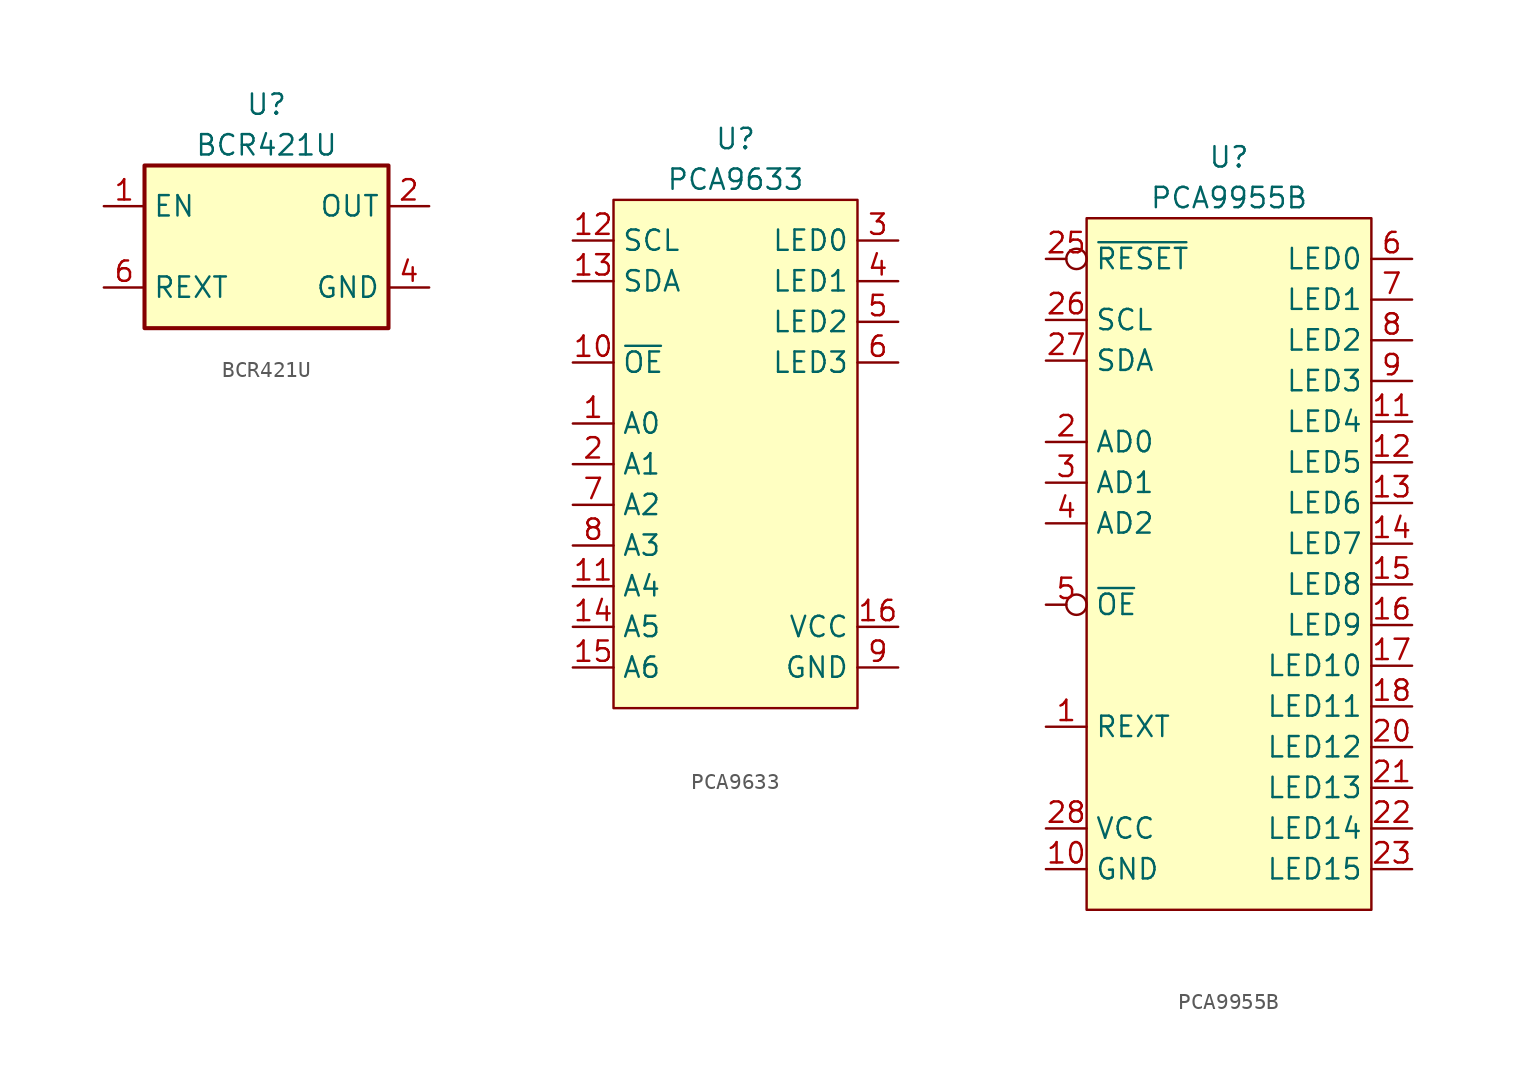
<source format=kicad_sym>
(kicad_symbol_lib
  (version 20220914)
  (generator kicad_symbol_editor)
  (symbol "BCR421U"
    (property "Reference" "U"
      (at 0 8.89 0)
      (effects (font (size 1.27 1.27))))
    (property "Value" "BCR421U"
      (at 0 6.35 0)
      (effects (font (size 1.27 1.27))))
    (symbol "BCR421U_0_1"
      (rectangle (start -7.62 5.08) (end 7.62 -5.08) (stroke (width 0.254) (type default)) (fill (type background))))
    (symbol "BCR421U_1_1"
      (pin input line (at -10.16 2.54 0) (length 2.54) (name "EN" (effects (font (size 1.27 1.27)))) (number "1" (effects (font (size 1.27 1.27)))))
      (pin output line (at 10.16 2.54 180) (length 2.54) (name "OUT" (effects (font (size 1.27 1.27)))) (number "2" (effects (font (size 1.27 1.27)))))
      (pin output line (at 10.16 2.54 180) (length 2.54) hide (name "OUT" (effects (font (size 1.27 1.27)))) (number "3" (effects (font (size 1.27 1.27)))))
      (pin power_in line (at 10.16 -2.54 180) (length 2.54) (name "GND" (effects (font (size 1.27 1.27)))) (number "4" (effects (font (size 1.27 1.27)))))
      (pin output line (at 10.16 2.54 180) (length 2.54) hide (name "OUT" (effects (font (size 1.27 1.27)))) (number "5" (effects (font (size 1.27 1.27)))))
      (pin passive line (at -10.16 -2.54 0) (length 2.54) (name "REXT" (effects (font (size 1.27 1.27)))) (number "6" (effects (font (size 1.27 1.27)))))))
  (symbol "PCA9633"
    (property "Reference" "U"
      (at 0 3.81 0)
      (effects (font (size 1.27 1.27))))
    (property "Value" "PCA9633"
      (at 0 1.27 0)
      (effects (font (size 1.27 1.27))))
    (symbol "PCA9633_0_1"
      (rectangle (start -7.62 0) (end 7.62 -31.75) (stroke (width 0) (type default)) (fill (type background))))
    (symbol "PCA9633_1_1"
      (pin input line (at -10.16 -13.97 0) (length 2.54) (name "A0" (effects (font (size 1.27 1.27)))) (number "1" (effects (font (size 1.27 1.27)))))
      (pin input line (at -10.16 -10.16 0) (length 2.54) (name "~{OE}" (effects (font (size 1.27 1.27)))) (number "10" (effects (font (size 1.27 1.27)))))
      (pin input line (at -10.16 -24.13 0) (length 2.54) (name "A4" (effects (font (size 1.27 1.27)))) (number "11" (effects (font (size 1.27 1.27)))))
      (pin input line (at -10.16 -2.54 0) (length 2.54) (name "SCL" (effects (font (size 1.27 1.27)))) (number "12" (effects (font (size 1.27 1.27)))))
      (pin bidirectional line (at -10.16 -5.08 0) (length 2.54) (name "SDA" (effects (font (size 1.27 1.27)))) (number "13" (effects (font (size 1.27 1.27)))))
      (pin input line (at -10.16 -26.67 0) (length 2.54) (name "A5" (effects (font (size 1.27 1.27)))) (number "14" (effects (font (size 1.27 1.27)))))
      (pin input line (at -10.16 -29.21 0) (length 2.54) (name "A6" (effects (font (size 1.27 1.27)))) (number "15" (effects (font (size 1.27 1.27)))))
      (pin power_in line (at 10.16 -26.67 180) (length 2.54) (name "VCC" (effects (font (size 1.27 1.27)))) (number "16" (effects (font (size 1.27 1.27)))))
      (pin input line (at -10.16 -16.51 0) (length 2.54) (name "A1" (effects (font (size 1.27 1.27)))) (number "2" (effects (font (size 1.27 1.27)))))
      (pin output line (at 10.16 -2.54 180) (length 2.54) (name "LED0" (effects (font (size 1.27 1.27)))) (number "3" (effects (font (size 1.27 1.27)))))
      (pin output line (at 10.16 -5.08 180) (length 2.54) (name "LED1" (effects (font (size 1.27 1.27)))) (number "4" (effects (font (size 1.27 1.27)))))
      (pin output line (at 10.16 -7.62 180) (length 2.54) (name "LED2" (effects (font (size 1.27 1.27)))) (number "5" (effects (font (size 1.27 1.27)))))
      (pin output line (at 10.16 -10.16 180) (length 2.54) (name "LED3" (effects (font (size 1.27 1.27)))) (number "6" (effects (font (size 1.27 1.27)))))
      (pin input line (at -10.16 -19.05 0) (length 2.54) (name "A2" (effects (font (size 1.27 1.27)))) (number "7" (effects (font (size 1.27 1.27)))))
      (pin input line (at -10.16 -21.59 0) (length 2.54) (name "A3" (effects (font (size 1.27 1.27)))) (number "8" (effects (font (size 1.27 1.27)))))
      (pin power_in line (at 10.16 -29.21 180) (length 2.54) (name "GND" (effects (font (size 1.27 1.27)))) (number "9" (effects (font (size 1.27 1.27)))))))
  (symbol "PCA9955B"
    (property "Reference" "U"
      (at 0 3.81 0)
      (effects (font (size 1.27 1.27))))
    (property "Value" "PCA9955B"
      (at 0 1.27 0)
      (effects (font (size 1.27 1.27))))
    (symbol "PCA9955B_0_1"
      (rectangle (start -8.89 0) (end 8.89 -43.18) (stroke (width 0) (type default)) (fill (type background))))
    (symbol "PCA9955B_1_1"
      (pin passive line (at -11.43 -31.75 0) (length 2.54) (name "REXT" (effects (font (size 1.27 1.27)))) (number "1" (effects (font (size 1.27 1.27)))))
      (pin power_in line (at -11.43 -40.64 0) (length 2.54) (name "GND" (effects (font (size 1.27 1.27)))) (number "10" (effects (font (size 1.27 1.27)))))
      (pin output line (at 11.43 -12.7 180) (length 2.54) (name "LED4" (effects (font (size 1.27 1.27)))) (number "11" (effects (font (size 1.27 1.27)))))
      (pin output line (at 11.43 -15.24 180) (length 2.54) (name "LED5" (effects (font (size 1.27 1.27)))) (number "12" (effects (font (size 1.27 1.27)))))
      (pin output line (at 11.43 -17.78 180) (length 2.54) (name "LED6" (effects (font (size 1.27 1.27)))) (number "13" (effects (font (size 1.27 1.27)))))
      (pin output line (at 11.43 -20.32 180) (length 2.54) (name "LED7" (effects (font (size 1.27 1.27)))) (number "14" (effects (font (size 1.27 1.27)))))
      (pin output line (at 11.43 -22.86 180) (length 2.54) (name "LED8" (effects (font (size 1.27 1.27)))) (number "15" (effects (font (size 1.27 1.27)))))
      (pin output line (at 11.43 -25.4 180) (length 2.54) (name "LED9" (effects (font (size 1.27 1.27)))) (number "16" (effects (font (size 1.27 1.27)))))
      (pin output line (at 11.43 -27.94 180) (length 2.54) (name "LED10" (effects (font (size 1.27 1.27)))) (number "17" (effects (font (size 1.27 1.27)))))
      (pin output line (at 11.43 -30.48 180) (length 2.54) (name "LED11" (effects (font (size 1.27 1.27)))) (number "18" (effects (font (size 1.27 1.27)))))
      (pin power_in line (at -11.43 -40.64 0) (length 2.54) hide (name "GND" (effects (font (size 1.27 1.27)))) (number "19" (effects (font (size 1.27 1.27)))))
      (pin input line (at -11.43 -13.97 0) (length 2.54) (name "AD0" (effects (font (size 1.27 1.27)))) (number "2" (effects (font (size 1.27 1.27)))))
      (pin output line (at 11.43 -33.02 180) (length 2.54) (name "LED12" (effects (font (size 1.27 1.27)))) (number "20" (effects (font (size 1.27 1.27)))))
      (pin output line (at 11.43 -35.56 180) (length 2.54) (name "LED13" (effects (font (size 1.27 1.27)))) (number "21" (effects (font (size 1.27 1.27)))))
      (pin output line (at 11.43 -38.1 180) (length 2.54) (name "LED14" (effects (font (size 1.27 1.27)))) (number "22" (effects (font (size 1.27 1.27)))))
      (pin output line (at 11.43 -40.64 180) (length 2.54) (name "LED15" (effects (font (size 1.27 1.27)))) (number "23" (effects (font (size 1.27 1.27)))))
      (pin power_in line (at -11.43 -40.64 0) (length 2.54) hide (name "GND" (effects (font (size 1.27 1.27)))) (number "24" (effects (font (size 1.27 1.27)))))
      (pin input inverted (at -11.43 -2.54 0) (length 2.54) (name "~{RESET}" (effects (font (size 1.27 1.27)))) (number "25" (effects (font (size 1.27 1.27)))))
      (pin bidirectional line (at -11.43 -6.35 0) (length 2.54) (name "SCL" (effects (font (size 1.27 1.27)))) (number "26" (effects (font (size 1.27 1.27)))))
      (pin bidirectional line (at -11.43 -8.89 0) (length 2.54) (name "SDA" (effects (font (size 1.27 1.27)))) (number "27" (effects (font (size 1.27 1.27)))))
      (pin power_in line (at -11.43 -38.1 0) (length 2.54) (name "VCC" (effects (font (size 1.27 1.27)))) (number "28" (effects (font (size 1.27 1.27)))))
      (pin power_in line (at -11.43 -40.64 0) (length 2.54) hide (name "GND" (effects (font (size 1.27 1.27)))) (number "29" (effects (font (size 1.27 1.27)))))
      (pin input line (at -11.43 -16.51 0) (length 2.54) (name "AD1" (effects (font (size 1.27 1.27)))) (number "3" (effects (font (size 1.27 1.27)))))
      (pin input line (at -11.43 -19.05 0) (length 2.54) (name "AD2" (effects (font (size 1.27 1.27)))) (number "4" (effects (font (size 1.27 1.27)))))
      (pin input inverted (at -11.43 -24.13 0) (length 2.54) (name "~{OE}" (effects (font (size 1.27 1.27)))) (number "5" (effects (font (size 1.27 1.27)))))
      (pin output line (at 11.43 -2.54 180) (length 2.54) (name "LED0" (effects (font (size 1.27 1.27)))) (number "6" (effects (font (size 1.27 1.27)))))
      (pin output line (at 11.43 -5.08 180) (length 2.54) (name "LED1" (effects (font (size 1.27 1.27)))) (number "7" (effects (font (size 1.27 1.27)))))
      (pin output line (at 11.43 -7.62 180) (length 2.54) (name "LED2" (effects (font (size 1.27 1.27)))) (number "8" (effects (font (size 1.27 1.27)))))
      (pin output line (at 11.43 -10.16 180) (length 2.54) (name "LED3" (effects (font (size 1.27 1.27)))) (number "9" (effects (font (size 1.27 1.27))))))))
</source>
